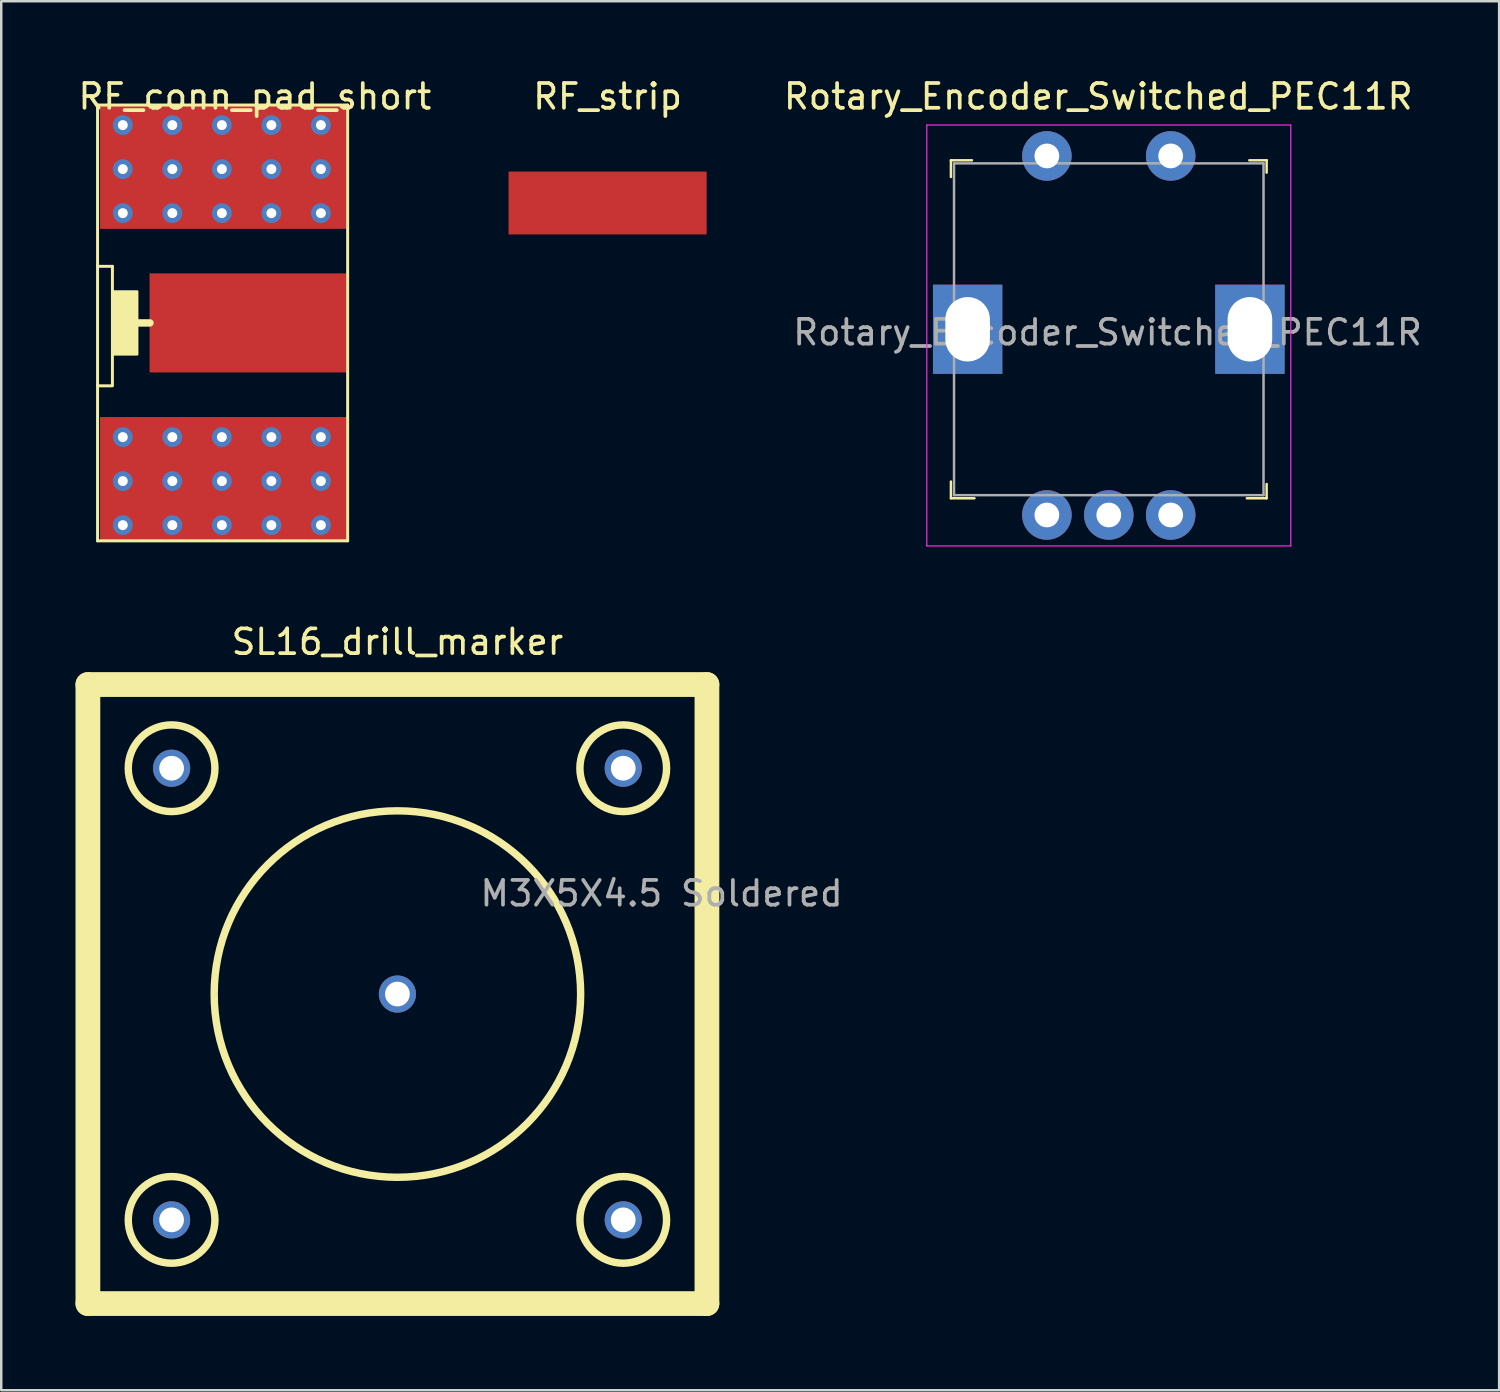
<source format=kicad_pcb>
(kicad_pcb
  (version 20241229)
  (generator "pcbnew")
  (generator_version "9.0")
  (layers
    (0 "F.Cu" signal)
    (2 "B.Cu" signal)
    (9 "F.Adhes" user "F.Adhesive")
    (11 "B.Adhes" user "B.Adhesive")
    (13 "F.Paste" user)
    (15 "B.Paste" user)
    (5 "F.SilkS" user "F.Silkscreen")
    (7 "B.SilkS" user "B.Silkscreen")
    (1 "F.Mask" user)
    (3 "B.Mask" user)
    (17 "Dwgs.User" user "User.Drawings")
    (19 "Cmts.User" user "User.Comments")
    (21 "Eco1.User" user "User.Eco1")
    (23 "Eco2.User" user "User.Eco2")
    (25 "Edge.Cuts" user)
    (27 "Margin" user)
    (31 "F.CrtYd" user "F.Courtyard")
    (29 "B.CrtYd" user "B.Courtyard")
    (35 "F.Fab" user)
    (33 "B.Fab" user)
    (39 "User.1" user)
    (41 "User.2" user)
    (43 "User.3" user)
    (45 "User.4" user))
  (footprint "SL16_drill_marker"
    (layer "F.Cu")
    (at 13 37.096)
    (property "Reference" "SL16_drill_marker" (at 0 -14.224 0) (layer "F.SilkS") (effects (font (size 1 1) (thickness 0.15))))
    (attr through_hole)
    (fp_line (start -12.5 -12.5) (end -12.5 12.5) (stroke (width 1) (type solid)) (layer "F.SilkS"))
    (fp_line (start -12.5 -12.5) (end 12.5 -12.5) (stroke (width 1) (type solid)) (layer "F.SilkS"))
    (fp_line (start -12.5 12.5) (end 12.5 12.5) (stroke (width 1) (type solid)) (layer "F.SilkS"))
    (fp_line (start 12.5 -12.5) (end 12.5 12.5) (stroke (width 1) (type solid)) (layer "F.SilkS"))
    (fp_circle (center -9.12 -9.12) (end -7.37 -9.12) (stroke (width 0.3) (type solid)) (fill no) (layer "F.SilkS"))
    (fp_circle (center -9.12 9.12) (end -7.37 9.12) (stroke (width 0.3) (type solid)) (fill no) (layer "F.SilkS"))
    (fp_circle (center 0 0) (end 7.4 0) (stroke (width 0.3) (type solid)) (fill no) (layer "F.SilkS"))
    (fp_circle (center 9.12 -9.12) (end 10.87 -9.12) (stroke (width 0.3) (type solid)) (fill no) (layer "F.SilkS"))
    (fp_circle (center 9.12 9.12) (end 10.87 9.12) (stroke (width 0.3) (type solid)) (fill no) (layer "F.SilkS"))
    (fp_text user "M3X5X4.5 Soldered" (at 10.668 -4.064 0) (layer "F.Fab") (effects (font (size 1 1) (thickness 0.15))))
    (pad "1" thru_hole circle (at 0 0) (size 1.5 1.5) (drill 1) (layers "*.Cu" "*.Mask"))
    (pad "2" thru_hole circle (at 9.12 -9.12) (size 1.5 1.5) (drill 1) (layers "*.Cu" "*.Mask"))
    (pad "12" thru_hole circle (at 9.12 9.12) (size 1.5 1.5) (drill 1) (layers "*.Cu" "*.Mask"))
    (pad "21" thru_hole circle (at -9.12 -9.12) (size 1.5 1.5) (drill 1) (layers "*.Cu" "*.Mask"))
    (pad "22" thru_hole circle (at -9.12 9.12) (size 1.5 1.5) (drill 1) (layers "*.Cu" "*.Mask")))
  (footprint "RF_strip"
    (layer "F.Cu")
    (at 21.488 5.148)
    (property "Reference" "RF_strip" (at 0 -4.3 0) (layer "F.SilkS") (effects (font (size 1 1) (thickness 0.15))))
    (attr through_hole)
    (pad "1" smd rect (at 0 0) (size 8 2.54) (layers "F.Cu" "F.Mask" "F.Paste")))
  (footprint "RF_conn_pad_short"
    (layer "F.Cu")
    (at 6.99 9.992)
    (property "Reference" "RF_conn_pad_short" (at 0.254 -9.144 0) (layer "F.SilkS") (effects (font (size 1 1) (thickness 0.15))))
    (attr through_hole)
    (fp_line (start -6.1 -8.8) (end -6.1 -2.286) (stroke (width 0.12) (type solid)) (layer "F.SilkS"))
    (fp_line (start -6.1 -2.326) (end -6.1 2.5) (stroke (width 0.12) (type solid)) (layer "F.SilkS"))
    (fp_line (start -6.1 -2.286) (end -5.5 -2.286) (stroke (width 0.12) (type solid)) (layer "F.SilkS"))
    (fp_line (start -6.1 2.5) (end -6.1 8.8) (stroke (width 0.12) (type solid)) (layer "F.SilkS"))
    (fp_line (start -6.1 8.8) (end 4 8.8) (stroke (width 0.12) (type solid)) (layer "F.SilkS"))
    (fp_line (start -5.5 -2.286) (end -5.5 2.5) (stroke (width 0.12) (type solid)) (layer "F.SilkS"))
    (fp_line (start -5.5 2.54) (end -6.1 2.54) (stroke (width 0.12) (type solid)) (layer "F.SilkS"))
    (fp_line (start -5 0) (end -3.984 0) (stroke (width 0.3) (type solid)) (layer "F.SilkS"))
    (fp_line (start 4 -8.8) (end -6.1 -8.8) (stroke (width 0.12) (type solid)) (layer "F.SilkS"))
    (fp_line (start 4 8.8) (end 4 -8.8) (stroke (width 0.12) (type solid)) (layer "F.SilkS"))
    (fp_poly (pts (xy -5.5 -1.27) (xy -4.5 -1.27) (xy -4.5 1.27) (xy -5.5 1.27)) (stroke (width 0.1) (type solid)) (fill yes) (layer "F.SilkS"))
    (pad "1" connect rect (at 0 0) (size 8 4) (layers "F.Cu" "F.Mask"))
    (pad "2" thru_hole circle (at -5.08 -7.99) (size 0.8 0.8) (drill 0.4) (layers "*.Cu" "*.Mask"))
    (pad "2" thru_hole circle (at -5.08 -6.212) (size 0.8 0.8) (drill 0.4) (layers "*.Cu" "*.Mask"))
    (pad "2" thru_hole circle (at -5.08 -4.434) (size 0.8 0.8) (drill 0.4) (layers "*.Cu" "*.Mask"))
    (pad "2" thru_hole circle (at -5.08 4.61) (size 0.8 0.8) (drill 0.4) (layers "*.Cu" "*.Mask"))
    (pad "2" thru_hole circle (at -5.08 6.388) (size 0.8 0.8) (drill 0.4) (layers "*.Cu" "*.Mask"))
    (pad "2" thru_hole circle (at -5.08 8.166) (size 0.8 0.8) (drill 0.4) (layers "*.Cu" "*.Mask"))
    (pad "2" thru_hole circle (at -3.08 -7.99) (size 0.8 0.8) (drill 0.4) (layers "*.Cu" "*.Mask"))
    (pad "2" thru_hole circle (at -3.08 -6.212) (size 0.8 0.8) (drill 0.4) (layers "*.Cu" "*.Mask"))
    (pad "2" thru_hole circle (at -3.08 -4.434) (size 0.8 0.8) (drill 0.4) (layers "*.Cu" "*.Mask"))
    (pad "2" thru_hole circle (at -3.08 4.61) (size 0.8 0.8) (drill 0.4) (layers "*.Cu" "*.Mask"))
    (pad "2" thru_hole circle (at -3.08 6.388) (size 0.8 0.8) (drill 0.4) (layers "*.Cu" "*.Mask"))
    (pad "2" thru_hole circle (at -3.08 8.166) (size 0.8 0.8) (drill 0.4) (layers "*.Cu" "*.Mask"))
    (pad "2" thru_hole circle (at -1.08 -7.99) (size 0.8 0.8) (drill 0.4) (layers "*.Cu" "*.Mask"))
    (pad "2" thru_hole circle (at -1.08 -6.212) (size 0.8 0.8) (drill 0.4) (layers "*.Cu" "*.Mask"))
    (pad "2" thru_hole circle (at -1.08 -4.434) (size 0.8 0.8) (drill 0.4) (layers "*.Cu" "*.Mask"))
    (pad "2" thru_hole circle (at -1.08 4.61) (size 0.8 0.8) (drill 0.4) (layers "*.Cu" "*.Mask"))
    (pad "2" thru_hole circle (at -1.08 6.388) (size 0.8 0.8) (drill 0.4) (layers "*.Cu" "*.Mask"))
    (pad "2" thru_hole circle (at -1.08 8.166) (size 0.8 0.8) (drill 0.4) (layers "*.Cu" "*.Mask"))
    (pad "2" connect rect (at -1 -6.3) (size 10 5) (layers "F.Cu" "F.Mask"))
    (pad "2" connect rect (at -1 6.3) (size 10 5) (layers "F.Cu" "F.Mask"))
    (pad "2" thru_hole circle (at 0.92 -7.99) (size 0.8 0.8) (drill 0.4) (layers "*.Cu" "*.Mask"))
    (pad "2" thru_hole circle (at 0.92 -6.212) (size 0.8 0.8) (drill 0.4) (layers "*.Cu" "*.Mask"))
    (pad "2" thru_hole circle (at 0.92 -4.434) (size 0.8 0.8) (drill 0.4) (layers "*.Cu" "*.Mask"))
    (pad "2" thru_hole circle (at 0.92 4.61) (size 0.8 0.8) (drill 0.4) (layers "*.Cu" "*.Mask"))
    (pad "2" thru_hole circle (at 0.92 6.388) (size 0.8 0.8) (drill 0.4) (layers "*.Cu" "*.Mask"))
    (pad "2" thru_hole circle (at 0.92 8.166) (size 0.8 0.8) (drill 0.4) (layers "*.Cu" "*.Mask"))
    (pad "2" thru_hole circle (at 2.92 -7.99) (size 0.8 0.8) (drill 0.4) (layers "*.Cu" "*.Mask"))
    (pad "2" thru_hole circle (at 2.92 -6.212) (size 0.8 0.8) (drill 0.4) (layers "*.Cu" "*.Mask"))
    (pad "2" thru_hole circle (at 2.92 -4.434) (size 0.8 0.8) (drill 0.4) (layers "*.Cu" "*.Mask"))
    (pad "2" thru_hole circle (at 2.92 4.61) (size 0.8 0.8) (drill 0.4) (layers "*.Cu" "*.Mask"))
    (pad "2" thru_hole circle (at 2.92 6.388) (size 0.8 0.8) (drill 0.4) (layers "*.Cu" "*.Mask"))
    (pad "2" thru_hole circle (at 2.92 8.166) (size 0.8 0.8) (drill 0.4) (layers "*.Cu" "*.Mask")))
  (footprint "Rotary_Encoder_Switched_PEC11R"
    (layer "F.Cu")
    (at 36.029 10.248)
    (property "Reference" "Rotary_Encoder_Switched_PEC11R" (at 5.275 -9.4 0) (layer "F.SilkS") (effects (font (size 1 1) (thickness 0.15))))
    (attr through_hole)
    (fp_line (start -0.675 -6.825) (end -0.675 -6.15) (stroke (width 0.1) (type solid)) (layer "F.SilkS"))
    (fp_line (start -0.675 6.825) (end -0.675 6.15) (stroke (width 0.1) (type solid)) (layer "F.SilkS"))
    (fp_line (start 0.175 -6.825) (end -0.675 -6.825) (stroke (width 0.1) (type solid)) (layer "F.SilkS"))
    (fp_line (start 0.275 6.825) (end -0.675 6.825) (stroke (width 0.1) (type solid)) (layer "F.SilkS"))
    (fp_line (start 11.375 -6.825) (end 12.075 -6.825) (stroke (width 0.1) (type solid)) (layer "F.SilkS"))
    (fp_line (start 12.075 -6.825) (end 12.075 -6.325) (stroke (width 0.1) (type solid)) (layer "F.SilkS"))
    (fp_line (start 12.075 6.25) (end 12.075 6.825) (stroke (width 0.1) (type solid)) (layer "F.SilkS"))
    (fp_line (start 12.075 6.825) (end 11.275 6.825) (stroke (width 0.1) (type solid)) (layer "F.SilkS"))
    (fp_line (start -1.65 -8.25) (end 13.05 -8.25) (stroke (width 0.05) (type solid)) (layer "F.CrtYd"))
    (fp_line (start -1.65 8.75) (end -1.65 -8.25) (stroke (width 0.05) (type solid)) (layer "F.CrtYd"))
    (fp_line (start 13.05 -8.25) (end 13.05 8.75) (stroke (width 0.05) (type solid)) (layer "F.CrtYd"))
    (fp_line (start 13.05 8.75) (end -1.65 8.75) (stroke (width 0.05) (type solid)) (layer "F.CrtYd"))
    (fp_line (start -0.55 -6.7) (end -0.55 6.7) (stroke (width 0.1) (type solid)) (layer "F.Fab"))
    (fp_line (start -0.55 -6.7) (end 11.95 -6.7) (stroke (width 0.1) (type solid)) (layer "F.Fab"))
    (fp_line (start -0.55 6.7) (end 11.95 6.7) (stroke (width 0.1) (type solid)) (layer "F.Fab"))
    (fp_line (start 11.95 -6.7) (end 11.95 6.7) (stroke (width 0.1) (type solid)) (layer "F.Fab"))
    (fp_text user "${REFERENCE}" (at 5.65 0.125 0) (layer "F.Fab") (effects (font (size 1 1) (thickness 0.15))))
    (pad "3" thru_hole rect (at 0 0) (size 2.8 3.6) (drill oval 1.8 2.6) (layers "*.Cu" "*.Mask"))
    (pad "3" thru_hole rect (at 11.4 0) (size 2.8 3.6) (drill oval 1.8 2.6) (layers "*.Cu" "*.Mask"))
    (pad "A" thru_hole circle (at 3.2 7.5) (size 2 2) (drill 1) (layers "*.Cu" "*.Mask"))
    (pad "B" thru_hole circle (at 8.2 7.5) (size 2 2) (drill 1) (layers "*.Cu" "*.Mask"))
    (pad "C" thru_hole circle (at 5.7 7.5) (size 2 2) (drill 1) (layers "*.Cu" "*.Mask"))
    (pad "S1" thru_hole circle (at 3.2 -7) (size 2 2) (drill 1) (layers "*.Cu" "*.Mask"))
    (pad "S2" thru_hole circle (at 8.2 -7) (size 2 2) (drill 1) (layers "*.Cu" "*.Mask")))
  (gr_rect
    (start -3 -3)
    (end 57.494 53.096)
    (stroke (width 0.1) (type default))
    (fill no)
    (layer "Edge.Cuts")))
</source>
